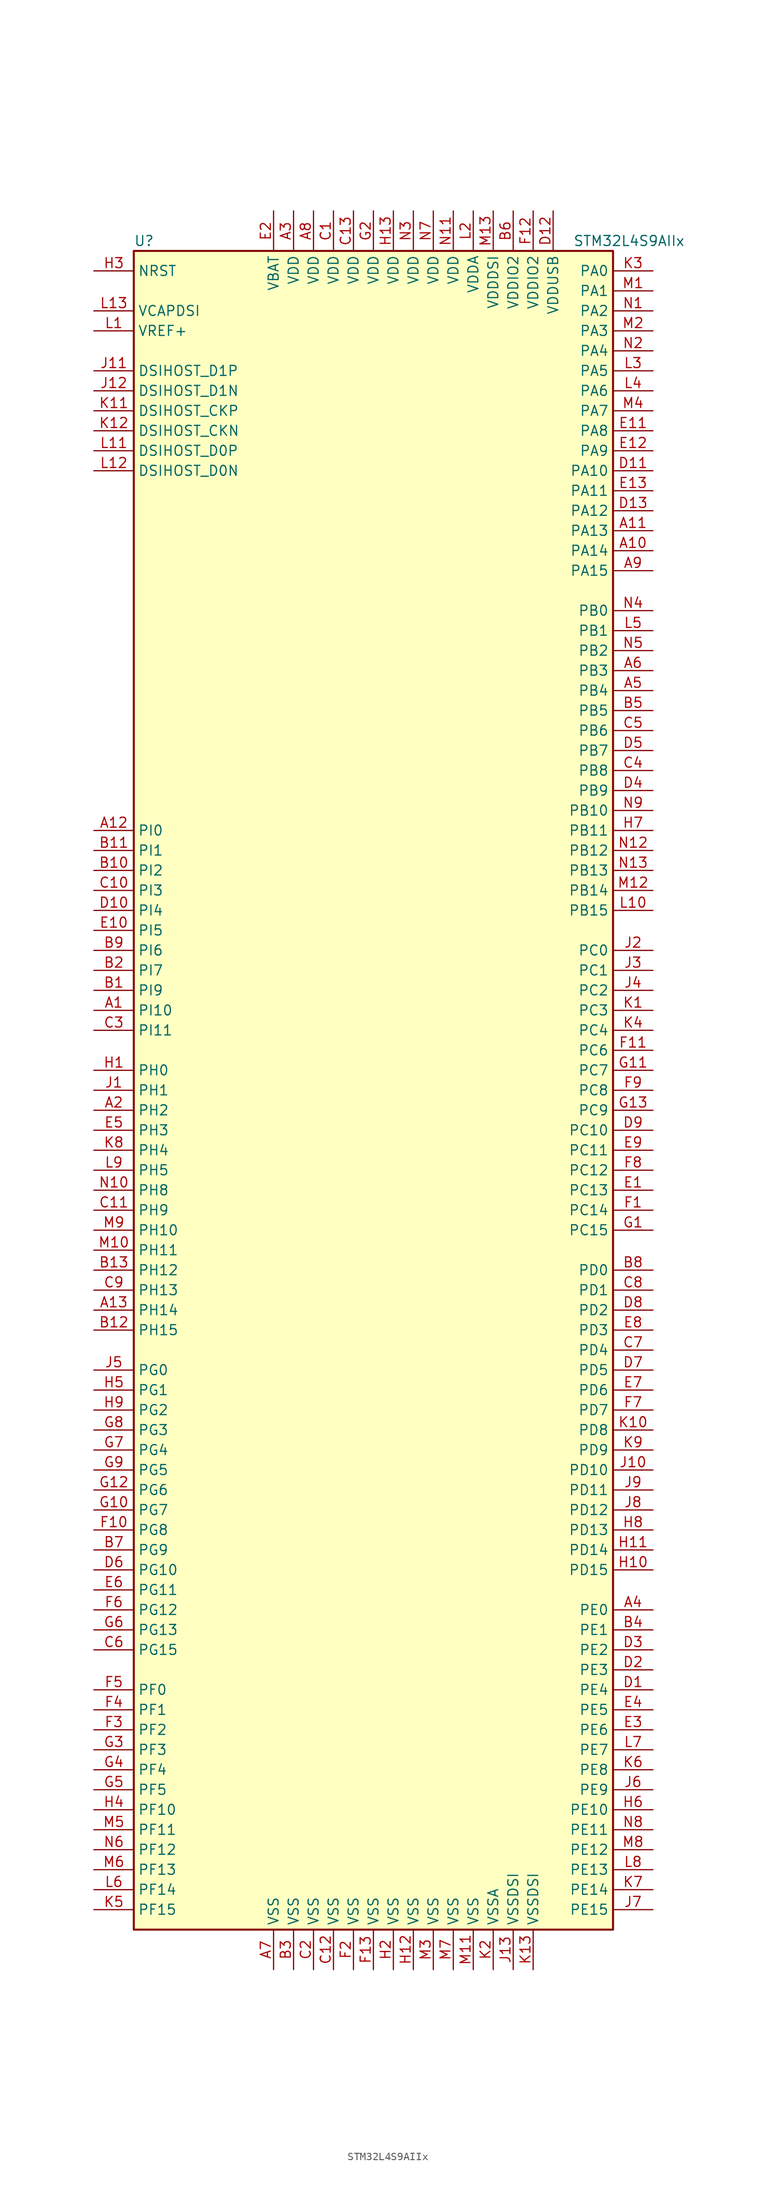
<source format=kicad_sym>
(kicad_symbol_lib
  (version 20201005)
  (generator kicad_symbol_editor)
  (symbol "STM32L4S9AIIx"
    (property "Reference" "U"
      (at -30.48 107.95 0)
      (effects (font (size 1.27 1.27)) (justify left)))
    (property "Value" "STM32L4S9AIIx"
      (at 25.4 107.95 0)
      (effects (font (size 1.27 1.27)) (justify left)))
    (symbol "STM32L4S9AIIx_0_1"
      (rectangle (start -30.48 -106.68) (end 30.48 106.68) (stroke (width 0.254)) (fill (type background))))
    (symbol "STM32L4S9AIIx_1_1"
      (pin bidirectional line (at -35.56 83.82 0) (length 5.08) (name "DSIHOST_CKN" (effects (font (size 1.27 1.27)))) (number "K12" (effects (font (size 1.27 1.27)))))
      (pin bidirectional line (at -35.56 86.36 0) (length 5.08) (name "DSIHOST_CKP" (effects (font (size 1.27 1.27)))) (number "K11" (effects (font (size 1.27 1.27)))))
      (pin bidirectional line (at -35.56 78.74 0) (length 5.08) (name "DSIHOST_D0N" (effects (font (size 1.27 1.27)))) (number "L12" (effects (font (size 1.27 1.27)))))
      (pin bidirectional line (at -35.56 81.28 0) (length 5.08) (name "DSIHOST_D0P" (effects (font (size 1.27 1.27)))) (number "L11" (effects (font (size 1.27 1.27)))))
      (pin bidirectional line (at -35.56 88.9 0) (length 5.08) (name "DSIHOST_D1N" (effects (font (size 1.27 1.27)))) (number "J12" (effects (font (size 1.27 1.27)))))
      (pin bidirectional line (at -35.56 91.44 0) (length 5.08) (name "DSIHOST_D1P" (effects (font (size 1.27 1.27)))) (number "J11" (effects (font (size 1.27 1.27)))))
      (pin input line (at -35.56 104.14 0) (length 5.08) (name "NRST" (effects (font (size 1.27 1.27)))) (number "H3" (effects (font (size 1.27 1.27)))))
      (pin bidirectional line (at 35.56 104.14 180) (length 5.08) (name "PA0" (effects (font (size 1.27 1.27)))) (number "K3" (effects (font (size 1.27 1.27)))))
      (pin bidirectional line (at 35.56 101.6 180) (length 5.08) (name "PA1" (effects (font (size 1.27 1.27)))) (number "M1" (effects (font (size 1.27 1.27)))))
      (pin bidirectional line (at 35.56 78.74 180) (length 5.08) (name "PA10" (effects (font (size 1.27 1.27)))) (number "D11" (effects (font (size 1.27 1.27)))))
      (pin bidirectional line (at 35.56 76.2 180) (length 5.08) (name "PA11" (effects (font (size 1.27 1.27)))) (number "E13" (effects (font (size 1.27 1.27)))))
      (pin bidirectional line (at 35.56 73.66 180) (length 5.08) (name "PA12" (effects (font (size 1.27 1.27)))) (number "D13" (effects (font (size 1.27 1.27)))))
      (pin bidirectional line (at 35.56 71.12 180) (length 5.08) (name "PA13" (effects (font (size 1.27 1.27)))) (number "A11" (effects (font (size 1.27 1.27)))))
      (pin bidirectional line (at 35.56 68.58 180) (length 5.08) (name "PA14" (effects (font (size 1.27 1.27)))) (number "A10" (effects (font (size 1.27 1.27)))))
      (pin bidirectional line (at 35.56 66.04 180) (length 5.08) (name "PA15" (effects (font (size 1.27 1.27)))) (number "A9" (effects (font (size 1.27 1.27)))))
      (pin bidirectional line (at 35.56 99.06 180) (length 5.08) (name "PA2" (effects (font (size 1.27 1.27)))) (number "N1" (effects (font (size 1.27 1.27)))))
      (pin bidirectional line (at 35.56 96.52 180) (length 5.08) (name "PA3" (effects (font (size 1.27 1.27)))) (number "M2" (effects (font (size 1.27 1.27)))))
      (pin bidirectional line (at 35.56 93.98 180) (length 5.08) (name "PA4" (effects (font (size 1.27 1.27)))) (number "N2" (effects (font (size 1.27 1.27)))))
      (pin bidirectional line (at 35.56 91.44 180) (length 5.08) (name "PA5" (effects (font (size 1.27 1.27)))) (number "L3" (effects (font (size 1.27 1.27)))))
      (pin bidirectional line (at 35.56 88.9 180) (length 5.08) (name "PA6" (effects (font (size 1.27 1.27)))) (number "L4" (effects (font (size 1.27 1.27)))))
      (pin bidirectional line (at 35.56 86.36 180) (length 5.08) (name "PA7" (effects (font (size 1.27 1.27)))) (number "M4" (effects (font (size 1.27 1.27)))))
      (pin bidirectional line (at 35.56 83.82 180) (length 5.08) (name "PA8" (effects (font (size 1.27 1.27)))) (number "E11" (effects (font (size 1.27 1.27)))))
      (pin bidirectional line (at 35.56 81.28 180) (length 5.08) (name "PA9" (effects (font (size 1.27 1.27)))) (number "E12" (effects (font (size 1.27 1.27)))))
      (pin bidirectional line (at 35.56 60.96 180) (length 5.08) (name "PB0" (effects (font (size 1.27 1.27)))) (number "N4" (effects (font (size 1.27 1.27)))))
      (pin bidirectional line (at 35.56 58.42 180) (length 5.08) (name "PB1" (effects (font (size 1.27 1.27)))) (number "L5" (effects (font (size 1.27 1.27)))))
      (pin bidirectional line (at 35.56 35.56 180) (length 5.08) (name "PB10" (effects (font (size 1.27 1.27)))) (number "N9" (effects (font (size 1.27 1.27)))))
      (pin bidirectional line (at 35.56 33.02 180) (length 5.08) (name "PB11" (effects (font (size 1.27 1.27)))) (number "H7" (effects (font (size 1.27 1.27)))))
      (pin bidirectional line (at 35.56 30.48 180) (length 5.08) (name "PB12" (effects (font (size 1.27 1.27)))) (number "N12" (effects (font (size 1.27 1.27)))))
      (pin bidirectional line (at 35.56 27.94 180) (length 5.08) (name "PB13" (effects (font (size 1.27 1.27)))) (number "N13" (effects (font (size 1.27 1.27)))))
      (pin bidirectional line (at 35.56 25.4 180) (length 5.08) (name "PB14" (effects (font (size 1.27 1.27)))) (number "M12" (effects (font (size 1.27 1.27)))))
      (pin bidirectional line (at 35.56 22.86 180) (length 5.08) (name "PB15" (effects (font (size 1.27 1.27)))) (number "L10" (effects (font (size 1.27 1.27)))))
      (pin bidirectional line (at 35.56 55.88 180) (length 5.08) (name "PB2" (effects (font (size 1.27 1.27)))) (number "N5" (effects (font (size 1.27 1.27)))))
      (pin bidirectional line (at 35.56 53.34 180) (length 5.08) (name "PB3" (effects (font (size 1.27 1.27)))) (number "A6" (effects (font (size 1.27 1.27)))))
      (pin bidirectional line (at 35.56 50.8 180) (length 5.08) (name "PB4" (effects (font (size 1.27 1.27)))) (number "A5" (effects (font (size 1.27 1.27)))))
      (pin bidirectional line (at 35.56 48.26 180) (length 5.08) (name "PB5" (effects (font (size 1.27 1.27)))) (number "B5" (effects (font (size 1.27 1.27)))))
      (pin bidirectional line (at 35.56 45.72 180) (length 5.08) (name "PB6" (effects (font (size 1.27 1.27)))) (number "C5" (effects (font (size 1.27 1.27)))))
      (pin bidirectional line (at 35.56 43.18 180) (length 5.08) (name "PB7" (effects (font (size 1.27 1.27)))) (number "D5" (effects (font (size 1.27 1.27)))))
      (pin bidirectional line (at 35.56 40.64 180) (length 5.08) (name "PB8" (effects (font (size 1.27 1.27)))) (number "C4" (effects (font (size 1.27 1.27)))))
      (pin bidirectional line (at 35.56 38.1 180) (length 5.08) (name "PB9" (effects (font (size 1.27 1.27)))) (number "D4" (effects (font (size 1.27 1.27)))))
      (pin bidirectional line (at 35.56 17.78 180) (length 5.08) (name "PC0" (effects (font (size 1.27 1.27)))) (number "J2" (effects (font (size 1.27 1.27)))))
      (pin bidirectional line (at 35.56 15.24 180) (length 5.08) (name "PC1" (effects (font (size 1.27 1.27)))) (number "J3" (effects (font (size 1.27 1.27)))))
      (pin bidirectional line (at 35.56 -5.08 180) (length 5.08) (name "PC10" (effects (font (size 1.27 1.27)))) (number "D9" (effects (font (size 1.27 1.27)))))
      (pin bidirectional line (at 35.56 -7.62 180) (length 5.08) (name "PC11" (effects (font (size 1.27 1.27)))) (number "E9" (effects (font (size 1.27 1.27)))))
      (pin bidirectional line (at 35.56 -10.16 180) (length 5.08) (name "PC12" (effects (font (size 1.27 1.27)))) (number "F8" (effects (font (size 1.27 1.27)))))
      (pin bidirectional line (at 35.56 -12.7 180) (length 5.08) (name "PC13" (effects (font (size 1.27 1.27)))) (number "E1" (effects (font (size 1.27 1.27)))))
      (pin bidirectional line (at 35.56 -15.24 180) (length 5.08) (name "PC14" (effects (font (size 1.27 1.27)))) (number "F1" (effects (font (size 1.27 1.27)))))
      (pin bidirectional line (at 35.56 -17.78 180) (length 5.08) (name "PC15" (effects (font (size 1.27 1.27)))) (number "G1" (effects (font (size 1.27 1.27)))))
      (pin bidirectional line (at 35.56 12.7 180) (length 5.08) (name "PC2" (effects (font (size 1.27 1.27)))) (number "J4" (effects (font (size 1.27 1.27)))))
      (pin bidirectional line (at 35.56 10.16 180) (length 5.08) (name "PC3" (effects (font (size 1.27 1.27)))) (number "K1" (effects (font (size 1.27 1.27)))))
      (pin bidirectional line (at 35.56 7.62 180) (length 5.08) (name "PC4" (effects (font (size 1.27 1.27)))) (number "K4" (effects (font (size 1.27 1.27)))))
      (pin bidirectional line (at 35.56 5.08 180) (length 5.08) (name "PC6" (effects (font (size 1.27 1.27)))) (number "F11" (effects (font (size 1.27 1.27)))))
      (pin bidirectional line (at 35.56 2.54 180) (length 5.08) (name "PC7" (effects (font (size 1.27 1.27)))) (number "G11" (effects (font (size 1.27 1.27)))))
      (pin bidirectional line (at 35.56 0 180) (length 5.08) (name "PC8" (effects (font (size 1.27 1.27)))) (number "F9" (effects (font (size 1.27 1.27)))))
      (pin bidirectional line (at 35.56 -2.54 180) (length 5.08) (name "PC9" (effects (font (size 1.27 1.27)))) (number "G13" (effects (font (size 1.27 1.27)))))
      (pin bidirectional line (at 35.56 -22.86 180) (length 5.08) (name "PD0" (effects (font (size 1.27 1.27)))) (number "B8" (effects (font (size 1.27 1.27)))))
      (pin bidirectional line (at 35.56 -25.4 180) (length 5.08) (name "PD1" (effects (font (size 1.27 1.27)))) (number "C8" (effects (font (size 1.27 1.27)))))
      (pin bidirectional line (at 35.56 -48.26 180) (length 5.08) (name "PD10" (effects (font (size 1.27 1.27)))) (number "J10" (effects (font (size 1.27 1.27)))))
      (pin bidirectional line (at 35.56 -50.8 180) (length 5.08) (name "PD11" (effects (font (size 1.27 1.27)))) (number "J9" (effects (font (size 1.27 1.27)))))
      (pin bidirectional line (at 35.56 -53.34 180) (length 5.08) (name "PD12" (effects (font (size 1.27 1.27)))) (number "J8" (effects (font (size 1.27 1.27)))))
      (pin bidirectional line (at 35.56 -55.88 180) (length 5.08) (name "PD13" (effects (font (size 1.27 1.27)))) (number "H8" (effects (font (size 1.27 1.27)))))
      (pin bidirectional line (at 35.56 -58.42 180) (length 5.08) (name "PD14" (effects (font (size 1.27 1.27)))) (number "H11" (effects (font (size 1.27 1.27)))))
      (pin bidirectional line (at 35.56 -60.96 180) (length 5.08) (name "PD15" (effects (font (size 1.27 1.27)))) (number "H10" (effects (font (size 1.27 1.27)))))
      (pin bidirectional line (at 35.56 -27.94 180) (length 5.08) (name "PD2" (effects (font (size 1.27 1.27)))) (number "D8" (effects (font (size 1.27 1.27)))))
      (pin bidirectional line (at 35.56 -30.48 180) (length 5.08) (name "PD3" (effects (font (size 1.27 1.27)))) (number "E8" (effects (font (size 1.27 1.27)))))
      (pin bidirectional line (at 35.56 -33.02 180) (length 5.08) (name "PD4" (effects (font (size 1.27 1.27)))) (number "C7" (effects (font (size 1.27 1.27)))))
      (pin bidirectional line (at 35.56 -35.56 180) (length 5.08) (name "PD5" (effects (font (size 1.27 1.27)))) (number "D7" (effects (font (size 1.27 1.27)))))
      (pin bidirectional line (at 35.56 -38.1 180) (length 5.08) (name "PD6" (effects (font (size 1.27 1.27)))) (number "E7" (effects (font (size 1.27 1.27)))))
      (pin bidirectional line (at 35.56 -40.64 180) (length 5.08) (name "PD7" (effects (font (size 1.27 1.27)))) (number "F7" (effects (font (size 1.27 1.27)))))
      (pin bidirectional line (at 35.56 -43.18 180) (length 5.08) (name "PD8" (effects (font (size 1.27 1.27)))) (number "K10" (effects (font (size 1.27 1.27)))))
      (pin bidirectional line (at 35.56 -45.72 180) (length 5.08) (name "PD9" (effects (font (size 1.27 1.27)))) (number "K9" (effects (font (size 1.27 1.27)))))
      (pin bidirectional line (at 35.56 -66.04 180) (length 5.08) (name "PE0" (effects (font (size 1.27 1.27)))) (number "A4" (effects (font (size 1.27 1.27)))))
      (pin bidirectional line (at 35.56 -68.58 180) (length 5.08) (name "PE1" (effects (font (size 1.27 1.27)))) (number "B4" (effects (font (size 1.27 1.27)))))
      (pin bidirectional line (at 35.56 -91.44 180) (length 5.08) (name "PE10" (effects (font (size 1.27 1.27)))) (number "H6" (effects (font (size 1.27 1.27)))))
      (pin bidirectional line (at 35.56 -93.98 180) (length 5.08) (name "PE11" (effects (font (size 1.27 1.27)))) (number "N8" (effects (font (size 1.27 1.27)))))
      (pin bidirectional line (at 35.56 -96.52 180) (length 5.08) (name "PE12" (effects (font (size 1.27 1.27)))) (number "M8" (effects (font (size 1.27 1.27)))))
      (pin bidirectional line (at 35.56 -99.06 180) (length 5.08) (name "PE13" (effects (font (size 1.27 1.27)))) (number "L8" (effects (font (size 1.27 1.27)))))
      (pin bidirectional line (at 35.56 -101.6 180) (length 5.08) (name "PE14" (effects (font (size 1.27 1.27)))) (number "K7" (effects (font (size 1.27 1.27)))))
      (pin bidirectional line (at 35.56 -104.14 180) (length 5.08) (name "PE15" (effects (font (size 1.27 1.27)))) (number "J7" (effects (font (size 1.27 1.27)))))
      (pin bidirectional line (at 35.56 -71.12 180) (length 5.08) (name "PE2" (effects (font (size 1.27 1.27)))) (number "D3" (effects (font (size 1.27 1.27)))))
      (pin bidirectional line (at 35.56 -73.66 180) (length 5.08) (name "PE3" (effects (font (size 1.27 1.27)))) (number "D2" (effects (font (size 1.27 1.27)))))
      (pin bidirectional line (at 35.56 -76.2 180) (length 5.08) (name "PE4" (effects (font (size 1.27 1.27)))) (number "D1" (effects (font (size 1.27 1.27)))))
      (pin bidirectional line (at 35.56 -78.74 180) (length 5.08) (name "PE5" (effects (font (size 1.27 1.27)))) (number "E4" (effects (font (size 1.27 1.27)))))
      (pin bidirectional line (at 35.56 -81.28 180) (length 5.08) (name "PE6" (effects (font (size 1.27 1.27)))) (number "E3" (effects (font (size 1.27 1.27)))))
      (pin bidirectional line (at 35.56 -83.82 180) (length 5.08) (name "PE7" (effects (font (size 1.27 1.27)))) (number "L7" (effects (font (size 1.27 1.27)))))
      (pin bidirectional line (at 35.56 -86.36 180) (length 5.08) (name "PE8" (effects (font (size 1.27 1.27)))) (number "K6" (effects (font (size 1.27 1.27)))))
      (pin bidirectional line (at 35.56 -88.9 180) (length 5.08) (name "PE9" (effects (font (size 1.27 1.27)))) (number "J6" (effects (font (size 1.27 1.27)))))
      (pin bidirectional line (at -35.56 -76.2 0) (length 5.08) (name "PF0" (effects (font (size 1.27 1.27)))) (number "F5" (effects (font (size 1.27 1.27)))))
      (pin bidirectional line (at -35.56 -78.74 0) (length 5.08) (name "PF1" (effects (font (size 1.27 1.27)))) (number "F4" (effects (font (size 1.27 1.27)))))
      (pin bidirectional line (at -35.56 -91.44 0) (length 5.08) (name "PF10" (effects (font (size 1.27 1.27)))) (number "H4" (effects (font (size 1.27 1.27)))))
      (pin bidirectional line (at -35.56 -93.98 0) (length 5.08) (name "PF11" (effects (font (size 1.27 1.27)))) (number "M5" (effects (font (size 1.27 1.27)))))
      (pin bidirectional line (at -35.56 -96.52 0) (length 5.08) (name "PF12" (effects (font (size 1.27 1.27)))) (number "N6" (effects (font (size 1.27 1.27)))))
      (pin bidirectional line (at -35.56 -99.06 0) (length 5.08) (name "PF13" (effects (font (size 1.27 1.27)))) (number "M6" (effects (font (size 1.27 1.27)))))
      (pin bidirectional line (at -35.56 -101.6 0) (length 5.08) (name "PF14" (effects (font (size 1.27 1.27)))) (number "L6" (effects (font (size 1.27 1.27)))))
      (pin bidirectional line (at -35.56 -104.14 0) (length 5.08) (name "PF15" (effects (font (size 1.27 1.27)))) (number "K5" (effects (font (size 1.27 1.27)))))
      (pin bidirectional line (at -35.56 -81.28 0) (length 5.08) (name "PF2" (effects (font (size 1.27 1.27)))) (number "F3" (effects (font (size 1.27 1.27)))))
      (pin bidirectional line (at -35.56 -83.82 0) (length 5.08) (name "PF3" (effects (font (size 1.27 1.27)))) (number "G3" (effects (font (size 1.27 1.27)))))
      (pin bidirectional line (at -35.56 -86.36 0) (length 5.08) (name "PF4" (effects (font (size 1.27 1.27)))) (number "G4" (effects (font (size 1.27 1.27)))))
      (pin bidirectional line (at -35.56 -88.9 0) (length 5.08) (name "PF5" (effects (font (size 1.27 1.27)))) (number "G5" (effects (font (size 1.27 1.27)))))
      (pin bidirectional line (at -35.56 -35.56 0) (length 5.08) (name "PG0" (effects (font (size 1.27 1.27)))) (number "J5" (effects (font (size 1.27 1.27)))))
      (pin bidirectional line (at -35.56 -38.1 0) (length 5.08) (name "PG1" (effects (font (size 1.27 1.27)))) (number "H5" (effects (font (size 1.27 1.27)))))
      (pin bidirectional line (at -35.56 -60.96 0) (length 5.08) (name "PG10" (effects (font (size 1.27 1.27)))) (number "D6" (effects (font (size 1.27 1.27)))))
      (pin bidirectional line (at -35.56 -63.5 0) (length 5.08) (name "PG11" (effects (font (size 1.27 1.27)))) (number "E6" (effects (font (size 1.27 1.27)))))
      (pin bidirectional line (at -35.56 -66.04 0) (length 5.08) (name "PG12" (effects (font (size 1.27 1.27)))) (number "F6" (effects (font (size 1.27 1.27)))))
      (pin bidirectional line (at -35.56 -68.58 0) (length 5.08) (name "PG13" (effects (font (size 1.27 1.27)))) (number "G6" (effects (font (size 1.27 1.27)))))
      (pin bidirectional line (at -35.56 -71.12 0) (length 5.08) (name "PG15" (effects (font (size 1.27 1.27)))) (number "C6" (effects (font (size 1.27 1.27)))))
      (pin bidirectional line (at -35.56 -40.64 0) (length 5.08) (name "PG2" (effects (font (size 1.27 1.27)))) (number "H9" (effects (font (size 1.27 1.27)))))
      (pin bidirectional line (at -35.56 -43.18 0) (length 5.08) (name "PG3" (effects (font (size 1.27 1.27)))) (number "G8" (effects (font (size 1.27 1.27)))))
      (pin bidirectional line (at -35.56 -45.72 0) (length 5.08) (name "PG4" (effects (font (size 1.27 1.27)))) (number "G7" (effects (font (size 1.27 1.27)))))
      (pin bidirectional line (at -35.56 -48.26 0) (length 5.08) (name "PG5" (effects (font (size 1.27 1.27)))) (number "G9" (effects (font (size 1.27 1.27)))))
      (pin bidirectional line (at -35.56 -50.8 0) (length 5.08) (name "PG6" (effects (font (size 1.27 1.27)))) (number "G12" (effects (font (size 1.27 1.27)))))
      (pin bidirectional line (at -35.56 -53.34 0) (length 5.08) (name "PG7" (effects (font (size 1.27 1.27)))) (number "G10" (effects (font (size 1.27 1.27)))))
      (pin bidirectional line (at -35.56 -55.88 0) (length 5.08) (name "PG8" (effects (font (size 1.27 1.27)))) (number "F10" (effects (font (size 1.27 1.27)))))
      (pin bidirectional line (at -35.56 -58.42 0) (length 5.08) (name "PG9" (effects (font (size 1.27 1.27)))) (number "B7" (effects (font (size 1.27 1.27)))))
      (pin input line (at -35.56 2.54 0) (length 5.08) (name "PH0" (effects (font (size 1.27 1.27)))) (number "H1" (effects (font (size 1.27 1.27)))))
      (pin input line (at -35.56 0 0) (length 5.08) (name "PH1" (effects (font (size 1.27 1.27)))) (number "J1" (effects (font (size 1.27 1.27)))))
      (pin bidirectional line (at -35.56 -17.78 0) (length 5.08) (name "PH10" (effects (font (size 1.27 1.27)))) (number "M9" (effects (font (size 1.27 1.27)))))
      (pin bidirectional line (at -35.56 -20.32 0) (length 5.08) (name "PH11" (effects (font (size 1.27 1.27)))) (number "M10" (effects (font (size 1.27 1.27)))))
      (pin bidirectional line (at -35.56 -22.86 0) (length 5.08) (name "PH12" (effects (font (size 1.27 1.27)))) (number "B13" (effects (font (size 1.27 1.27)))))
      (pin bidirectional line (at -35.56 -25.4 0) (length 5.08) (name "PH13" (effects (font (size 1.27 1.27)))) (number "C9" (effects (font (size 1.27 1.27)))))
      (pin bidirectional line (at -35.56 -27.94 0) (length 5.08) (name "PH14" (effects (font (size 1.27 1.27)))) (number "A13" (effects (font (size 1.27 1.27)))))
      (pin bidirectional line (at -35.56 -30.48 0) (length 5.08) (name "PH15" (effects (font (size 1.27 1.27)))) (number "B12" (effects (font (size 1.27 1.27)))))
      (pin bidirectional line (at -35.56 -2.54 0) (length 5.08) (name "PH2" (effects (font (size 1.27 1.27)))) (number "A2" (effects (font (size 1.27 1.27)))))
      (pin bidirectional line (at -35.56 -5.08 0) (length 5.08) (name "PH3" (effects (font (size 1.27 1.27)))) (number "E5" (effects (font (size 1.27 1.27)))))
      (pin bidirectional line (at -35.56 -7.62 0) (length 5.08) (name "PH4" (effects (font (size 1.27 1.27)))) (number "K8" (effects (font (size 1.27 1.27)))))
      (pin bidirectional line (at -35.56 -10.16 0) (length 5.08) (name "PH5" (effects (font (size 1.27 1.27)))) (number "L9" (effects (font (size 1.27 1.27)))))
      (pin bidirectional line (at -35.56 -12.7 0) (length 5.08) (name "PH8" (effects (font (size 1.27 1.27)))) (number "N10" (effects (font (size 1.27 1.27)))))
      (pin bidirectional line (at -35.56 -15.24 0) (length 5.08) (name "PH9" (effects (font (size 1.27 1.27)))) (number "C11" (effects (font (size 1.27 1.27)))))
      (pin bidirectional line (at -35.56 33.02 0) (length 5.08) (name "PI0" (effects (font (size 1.27 1.27)))) (number "A12" (effects (font (size 1.27 1.27)))))
      (pin bidirectional line (at -35.56 30.48 0) (length 5.08) (name "PI1" (effects (font (size 1.27 1.27)))) (number "B11" (effects (font (size 1.27 1.27)))))
      (pin bidirectional line (at -35.56 10.16 0) (length 5.08) (name "PI10" (effects (font (size 1.27 1.27)))) (number "A1" (effects (font (size 1.27 1.27)))))
      (pin bidirectional line (at -35.56 7.62 0) (length 5.08) (name "PI11" (effects (font (size 1.27 1.27)))) (number "C3" (effects (font (size 1.27 1.27)))))
      (pin bidirectional line (at -35.56 27.94 0) (length 5.08) (name "PI2" (effects (font (size 1.27 1.27)))) (number "B10" (effects (font (size 1.27 1.27)))))
      (pin bidirectional line (at -35.56 25.4 0) (length 5.08) (name "PI3" (effects (font (size 1.27 1.27)))) (number "C10" (effects (font (size 1.27 1.27)))))
      (pin bidirectional line (at -35.56 22.86 0) (length 5.08) (name "PI4" (effects (font (size 1.27 1.27)))) (number "D10" (effects (font (size 1.27 1.27)))))
      (pin bidirectional line (at -35.56 20.32 0) (length 5.08) (name "PI5" (effects (font (size 1.27 1.27)))) (number "E10" (effects (font (size 1.27 1.27)))))
      (pin bidirectional line (at -35.56 17.78 0) (length 5.08) (name "PI6" (effects (font (size 1.27 1.27)))) (number "B9" (effects (font (size 1.27 1.27)))))
      (pin bidirectional line (at -35.56 15.24 0) (length 5.08) (name "PI7" (effects (font (size 1.27 1.27)))) (number "B2" (effects (font (size 1.27 1.27)))))
      (pin bidirectional line (at -35.56 12.7 0) (length 5.08) (name "PI9" (effects (font (size 1.27 1.27)))) (number "B1" (effects (font (size 1.27 1.27)))))
      (pin power_in line (at -12.7 111.76 270) (length 5.08) (name "VBAT" (effects (font (size 1.27 1.27)))) (number "E2" (effects (font (size 1.27 1.27)))))
      (pin power_in line (at -35.56 99.06 0) (length 5.08) (name "VCAPDSI" (effects (font (size 1.27 1.27)))) (number "L13" (effects (font (size 1.27 1.27)))))
      (pin power_in line (at -10.16 111.76 270) (length 5.08) (name "VDD" (effects (font (size 1.27 1.27)))) (number "A3" (effects (font (size 1.27 1.27)))))
      (pin power_in line (at -7.62 111.76 270) (length 5.08) (name "VDD" (effects (font (size 1.27 1.27)))) (number "A8" (effects (font (size 1.27 1.27)))))
      (pin power_in line (at -5.08 111.76 270) (length 5.08) (name "VDD" (effects (font (size 1.27 1.27)))) (number "C1" (effects (font (size 1.27 1.27)))))
      (pin power_in line (at -2.54 111.76 270) (length 5.08) (name "VDD" (effects (font (size 1.27 1.27)))) (number "C13" (effects (font (size 1.27 1.27)))))
      (pin power_in line (at 0 111.76 270) (length 5.08) (name "VDD" (effects (font (size 1.27 1.27)))) (number "G2" (effects (font (size 1.27 1.27)))))
      (pin power_in line (at 2.54 111.76 270) (length 5.08) (name "VDD" (effects (font (size 1.27 1.27)))) (number "H13" (effects (font (size 1.27 1.27)))))
      (pin power_in line (at 10.16 111.76 270) (length 5.08) (name "VDD" (effects (font (size 1.27 1.27)))) (number "N11" (effects (font (size 1.27 1.27)))))
      (pin power_in line (at 5.08 111.76 270) (length 5.08) (name "VDD" (effects (font (size 1.27 1.27)))) (number "N3" (effects (font (size 1.27 1.27)))))
      (pin power_in line (at 7.62 111.76 270) (length 5.08) (name "VDD" (effects (font (size 1.27 1.27)))) (number "N7" (effects (font (size 1.27 1.27)))))
      (pin power_in line (at 12.7 111.76 270) (length 5.08) (name "VDDA" (effects (font (size 1.27 1.27)))) (number "L2" (effects (font (size 1.27 1.27)))))
      (pin power_in line (at 15.24 111.76 270) (length 5.08) (name "VDDDSI" (effects (font (size 1.27 1.27)))) (number "M13" (effects (font (size 1.27 1.27)))))
      (pin power_in line (at 17.78 111.76 270) (length 5.08) (name "VDDIO2" (effects (font (size 1.27 1.27)))) (number "B6" (effects (font (size 1.27 1.27)))))
      (pin power_in line (at 20.32 111.76 270) (length 5.08) (name "VDDIO2" (effects (font (size 1.27 1.27)))) (number "F12" (effects (font (size 1.27 1.27)))))
      (pin power_in line (at 22.86 111.76 270) (length 5.08) (name "VDDUSB" (effects (font (size 1.27 1.27)))) (number "D12" (effects (font (size 1.27 1.27)))))
      (pin bidirectional line (at -35.56 96.52 0) (length 5.08) (name "VREF+" (effects (font (size 1.27 1.27)))) (number "L1" (effects (font (size 1.27 1.27)))))
      (pin power_in line (at -12.7 -111.76 90) (length 5.08) (name "VSS" (effects (font (size 1.27 1.27)))) (number "A7" (effects (font (size 1.27 1.27)))))
      (pin power_in line (at -10.16 -111.76 90) (length 5.08) (name "VSS" (effects (font (size 1.27 1.27)))) (number "B3" (effects (font (size 1.27 1.27)))))
      (pin power_in line (at -5.08 -111.76 90) (length 5.08) (name "VSS" (effects (font (size 1.27 1.27)))) (number "C12" (effects (font (size 1.27 1.27)))))
      (pin power_in line (at -7.62 -111.76 90) (length 5.08) (name "VSS" (effects (font (size 1.27 1.27)))) (number "C2" (effects (font (size 1.27 1.27)))))
      (pin power_in line (at 0 -111.76 90) (length 5.08) (name "VSS" (effects (font (size 1.27 1.27)))) (number "F13" (effects (font (size 1.27 1.27)))))
      (pin power_in line (at -2.54 -111.76 90) (length 5.08) (name "VSS" (effects (font (size 1.27 1.27)))) (number "F2" (effects (font (size 1.27 1.27)))))
      (pin power_in line (at 5.08 -111.76 90) (length 5.08) (name "VSS" (effects (font (size 1.27 1.27)))) (number "H12" (effects (font (size 1.27 1.27)))))
      (pin power_in line (at 2.54 -111.76 90) (length 5.08) (name "VSS" (effects (font (size 1.27 1.27)))) (number "H2" (effects (font (size 1.27 1.27)))))
      (pin power_in line (at 12.7 -111.76 90) (length 5.08) (name "VSS" (effects (font (size 1.27 1.27)))) (number "M11" (effects (font (size 1.27 1.27)))))
      (pin power_in line (at 7.62 -111.76 90) (length 5.08) (name "VSS" (effects (font (size 1.27 1.27)))) (number "M3" (effects (font (size 1.27 1.27)))))
      (pin power_in line (at 10.16 -111.76 90) (length 5.08) (name "VSS" (effects (font (size 1.27 1.27)))) (number "M7" (effects (font (size 1.27 1.27)))))
      (pin power_in line (at 15.24 -111.76 90) (length 5.08) (name "VSSA" (effects (font (size 1.27 1.27)))) (number "K2" (effects (font (size 1.27 1.27)))))
      (pin power_in line (at 17.78 -111.76 90) (length 5.08) (name "VSSDSI" (effects (font (size 1.27 1.27)))) (number "J13" (effects (font (size 1.27 1.27)))))
      (pin power_in line (at 20.32 -111.76 90) (length 5.08) (name "VSSDSI" (effects (font (size 1.27 1.27)))) (number "K13" (effects (font (size 1.27 1.27))))))))
</source>
